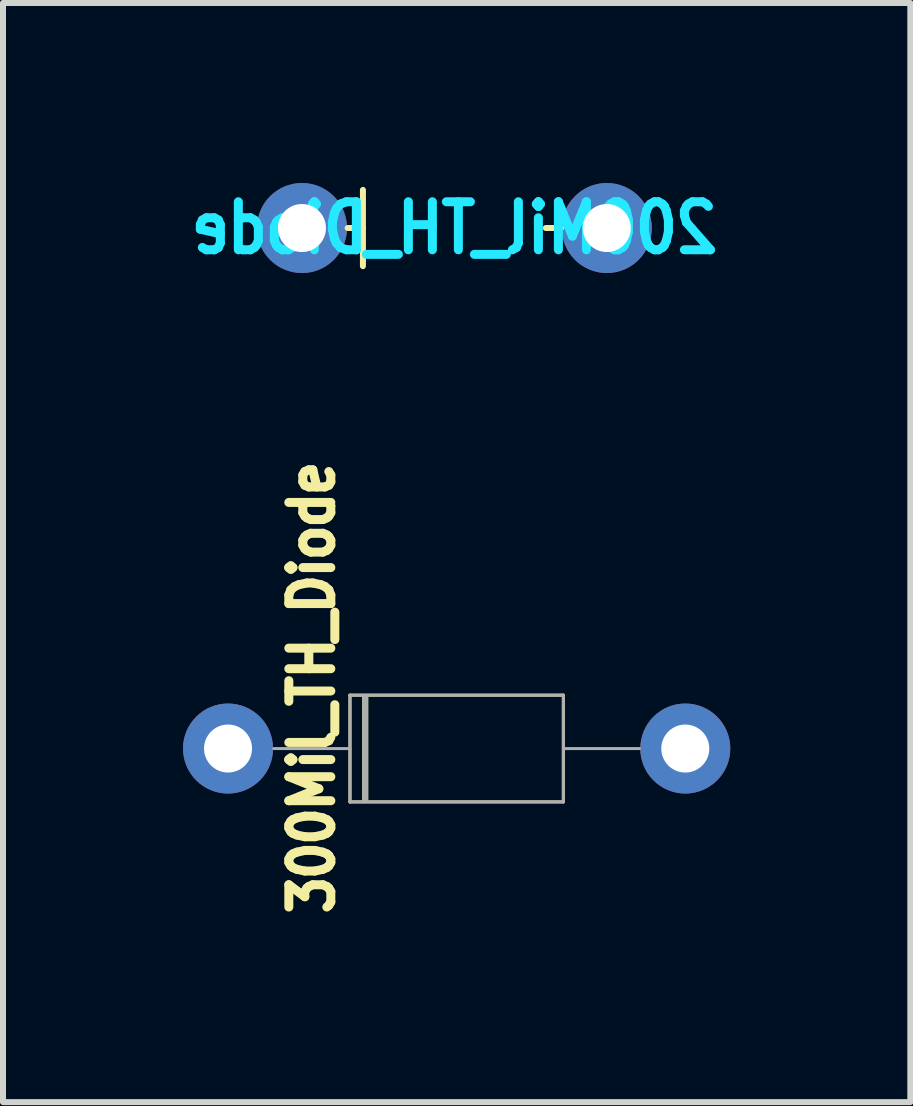
<source format=kicad_pcb>
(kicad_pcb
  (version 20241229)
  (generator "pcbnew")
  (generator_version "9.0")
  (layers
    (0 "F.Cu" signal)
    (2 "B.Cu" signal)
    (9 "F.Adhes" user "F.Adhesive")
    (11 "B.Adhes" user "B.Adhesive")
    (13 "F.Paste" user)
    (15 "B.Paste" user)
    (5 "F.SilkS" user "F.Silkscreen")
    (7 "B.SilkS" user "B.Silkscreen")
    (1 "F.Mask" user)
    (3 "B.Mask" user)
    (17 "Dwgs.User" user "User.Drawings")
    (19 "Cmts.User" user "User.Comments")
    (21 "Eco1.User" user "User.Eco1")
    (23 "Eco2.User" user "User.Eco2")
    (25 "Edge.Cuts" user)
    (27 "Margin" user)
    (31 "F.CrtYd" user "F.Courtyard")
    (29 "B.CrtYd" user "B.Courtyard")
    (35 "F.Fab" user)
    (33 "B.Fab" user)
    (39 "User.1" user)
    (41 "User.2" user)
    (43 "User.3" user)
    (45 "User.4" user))
  (footprint "200Mil_TH_Diode"
    (placed yes)
    (layer "F.Cu")
    (at 1.982 0.75)
    (property "Reference" "200Mil_TH_Diode" (at 2.54 0 0) (layer "B.CrtYd") (effects (font (size 0.8 0.7) (thickness 0.15)) (justify mirror)))
    (attr through_hole)
    (fp_line (start 0.762 0) (end 1.016 0) (stroke (width 0.1) (type solid)) (layer "F.SilkS"))
    (fp_line (start 1.016 -0.635) (end 1.016 0.635) (stroke (width 0.1) (type solid)) (layer "F.SilkS"))
    (fp_line (start 4.064 0) (end 4.318 0) (stroke (width 0.1) (type solid)) (layer "F.SilkS"))
    (pad "1" thru_hole circle (at 0 0) (size 1.5 1.5) (drill 0.8) (layers "*.Cu" "*.Mask"))
    (pad "2" thru_hole circle (at 5.08 0) (size 1.5 1.5) (drill 0.8) (layers "*.Cu" "*.Mask")))
  (footprint "300Mil_TH_Diode"
    (placed yes)
    (layer "F.Cu")
    (at 0.75 9.424)
    (property "Reference" "300Mil_TH_Diode" (at 1.397 -1.016 90) (layer "F.SilkS") (effects (font (size 0.7 0.6) (thickness 0.15))))
    (attr through_hole)
    (fp_line (start 2.032 -0.889) (end 2.032 0.889) (stroke (width 0.05) (type solid)) (layer "F.SilkS"))
    (fp_line (start 2.032 -0.889) (end 5.588 -0.889) (stroke (width 0.05) (type solid)) (layer "F.SilkS"))
    (fp_line (start 2.286 -0.85) (end 2.286 0.85) (stroke (width 0.1) (type solid)) (layer "F.SilkS"))
    (fp_line (start 5.588 -0.889) (end 5.588 0.889) (stroke (width 0.05) (type solid)) (layer "F.SilkS"))
    (fp_line (start 5.588 0.889) (end 2.032 0.889) (stroke (width 0.05) (type solid)) (layer "F.SilkS"))
    (fp_line (start 0.762 0) (end 2.032 0) (stroke (width 0.05) (type solid)) (layer "F.Fab"))
    (fp_line (start 2.032 -0.889) (end 2.032 0.889) (stroke (width 0.05) (type solid)) (layer "F.Fab"))
    (fp_line (start 2.032 0.889) (end 5.588 0.889) (stroke (width 0.05) (type solid)) (layer "F.Fab"))
    (fp_line (start 2.286 -0.85) (end 2.286 0.85) (stroke (width 0.1) (type solid)) (layer "F.Fab"))
    (fp_line (start 5.588 -0.889) (end 2.032 -0.889) (stroke (width 0.05) (type solid)) (layer "F.Fab"))
    (fp_line (start 5.588 -0.889) (end 5.588 0.889) (stroke (width 0.05) (type solid)) (layer "F.Fab"))
    (fp_line (start 6.858 0) (end 5.588 0) (stroke (width 0.05) (type solid)) (layer "F.Fab"))
    (pad "1" thru_hole circle (at 0 0 270) (size 1.5 1.5) (drill 0.8) (layers "*.Cu" "*.Mask"))
    (pad "2" thru_hole circle (at 7.62 0 270) (size 1.5 1.5) (drill 0.8) (layers "*.Cu" "*.Mask")))
  (gr_rect
    (start -3 -3)
    (end 12.12 15.316)
    (stroke (width 0.1) (type default))
    (fill no)
    (layer "Edge.Cuts")))
</source>
